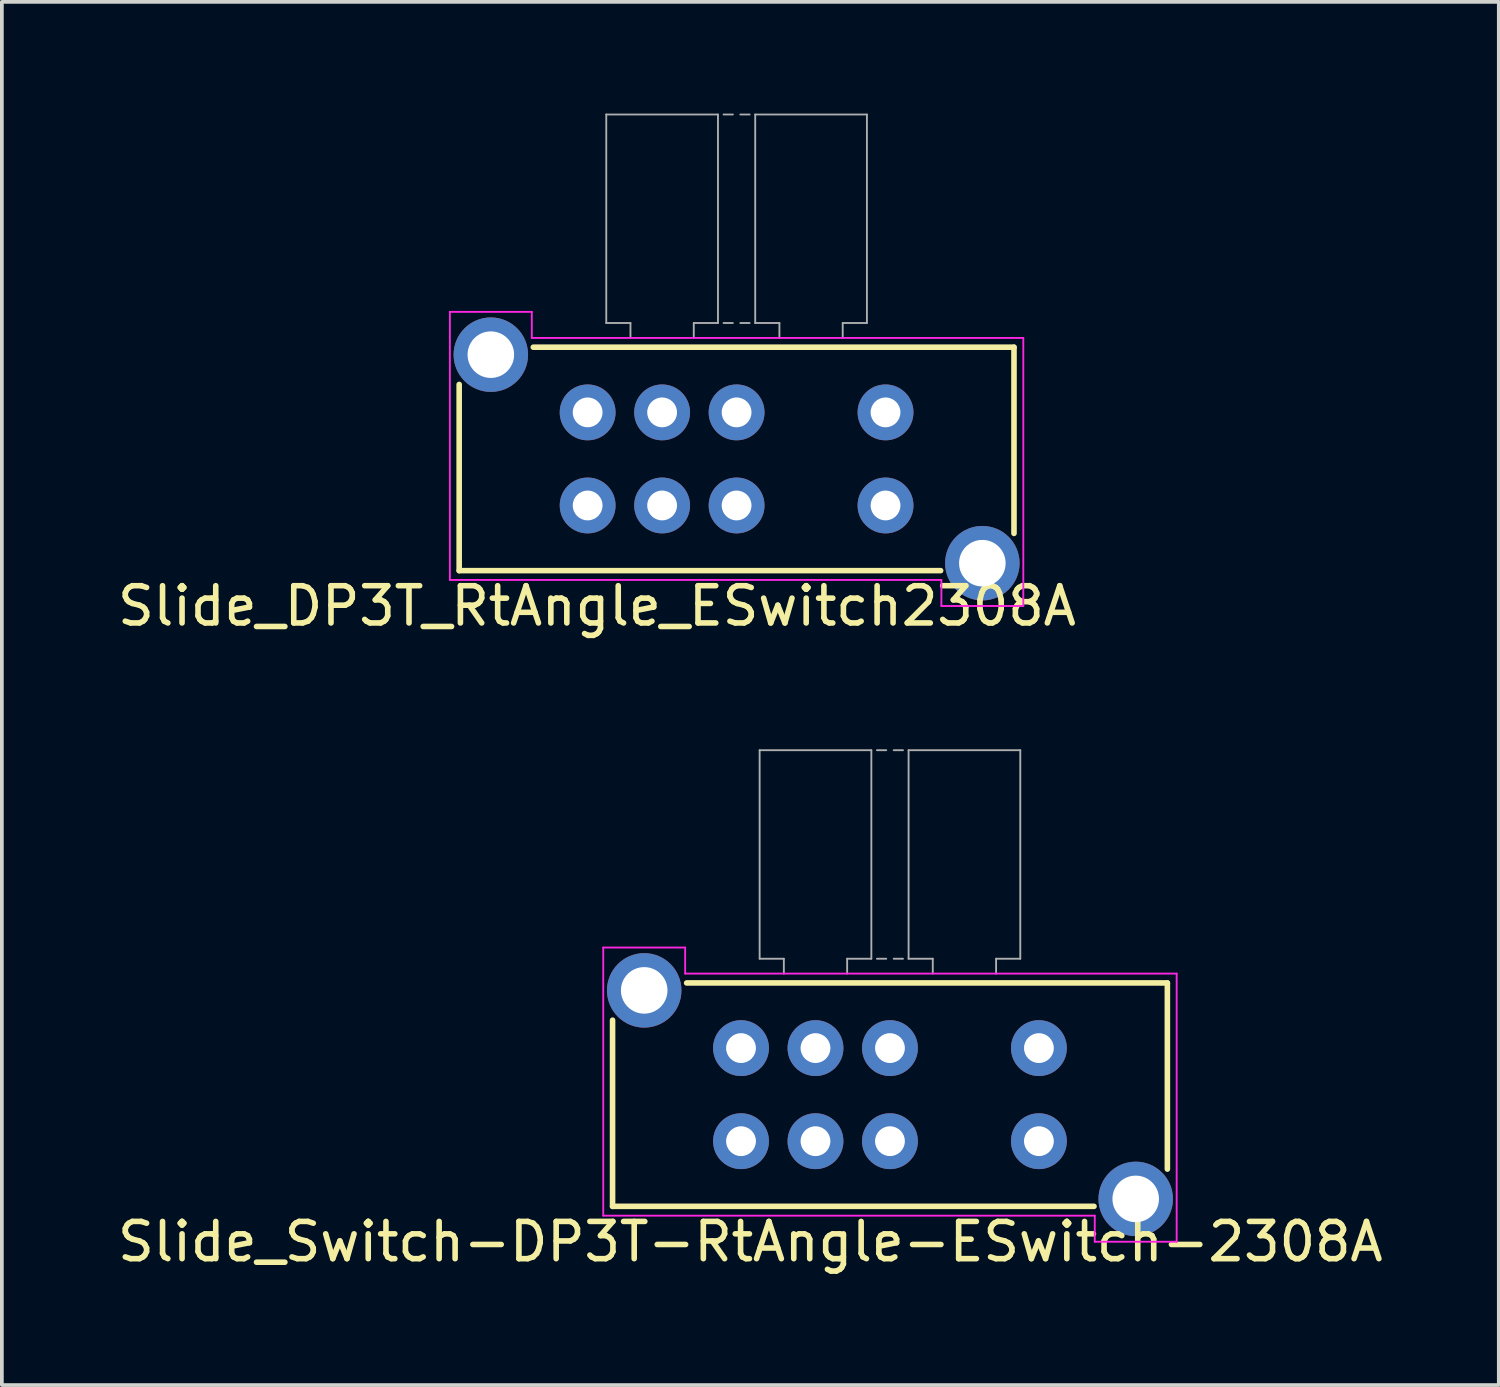
<source format=kicad_pcb>
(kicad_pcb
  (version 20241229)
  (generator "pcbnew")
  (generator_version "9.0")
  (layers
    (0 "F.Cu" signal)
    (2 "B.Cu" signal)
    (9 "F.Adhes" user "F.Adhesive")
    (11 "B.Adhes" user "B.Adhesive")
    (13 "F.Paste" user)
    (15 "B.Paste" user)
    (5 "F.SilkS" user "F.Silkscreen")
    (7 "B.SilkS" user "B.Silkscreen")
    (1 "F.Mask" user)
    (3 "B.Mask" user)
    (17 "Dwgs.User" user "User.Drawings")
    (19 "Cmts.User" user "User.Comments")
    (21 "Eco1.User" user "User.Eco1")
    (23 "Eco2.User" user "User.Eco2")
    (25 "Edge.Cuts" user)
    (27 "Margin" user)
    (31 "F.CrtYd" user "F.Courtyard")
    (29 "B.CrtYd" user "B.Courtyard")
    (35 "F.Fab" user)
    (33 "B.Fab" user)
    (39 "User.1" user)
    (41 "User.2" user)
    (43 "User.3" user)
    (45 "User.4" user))
  (footprint "Slide_Switch-DP3T-RtAngle-ESwitch-2308A"
    (layer "F.Cu")
    (at 20.851 26.348)
    (property "Reference" "Slide_Switch-DP3T-RtAngle-ESwitch-2308A" (at -3.75 3.95 180) (layer "F.SilkS") (effects (font (size 1 1) (thickness 0.15))))
    (attr through_hole)
    (fp_line (start -7.45 3) (end -7.45 -2) (stroke (width 0.15) (type solid)) (layer "F.SilkS"))
    (fp_line (start -7.45 3) (end 5.48 3) (stroke (width 0.15) (type solid)) (layer "F.SilkS"))
    (fp_line (start -5.46 -3) (end 7.45 -3) (stroke (width 0.15) (type solid)) (layer "F.SilkS"))
    (fp_line (start 7.45 2) (end 7.45 -3) (stroke (width 0.15) (type solid)) (layer "F.SilkS"))
    (fp_line (start -7.7 -3.95) (end -5.5 -3.95) (stroke (width 0.05) (type solid)) (layer "F.CrtYd"))
    (fp_line (start -7.7 3.25) (end -7.7 -3.95) (stroke (width 0.05) (type solid)) (layer "F.CrtYd"))
    (fp_line (start -7.7 3.25) (end 5.5 3.25) (stroke (width 0.05) (type solid)) (layer "F.CrtYd"))
    (fp_line (start -5.5 -3.95) (end -5.5 -3.25) (stroke (width 0.05) (type solid)) (layer "F.CrtYd"))
    (fp_line (start -5.5 -3.25) (end 7.7 -3.25) (stroke (width 0.05) (type solid)) (layer "F.CrtYd"))
    (fp_line (start 5.5 3.25) (end 5.5 3.95) (stroke (width 0.05) (type solid)) (layer "F.CrtYd"))
    (fp_line (start 5.5 3.95) (end 7.7 3.95) (stroke (width 0.05) (type solid)) (layer "F.CrtYd"))
    (fp_line (start 7.7 3.95) (end 7.7 -3.25) (stroke (width 0.05) (type solid)) (layer "F.CrtYd"))
    (fp_line (start -3.5 -9.25) (end -0.5 -9.25) (stroke (width 0.05) (type solid)) (layer "F.Fab"))
    (fp_line (start -3.5 -3.65) (end -3.5 -9.25) (stroke (width 0.05) (type solid)) (layer "F.Fab"))
    (fp_line (start -3.5 -3.65) (end -2.85 -3.65) (stroke (width 0.05) (type solid)) (layer "F.Fab"))
    (fp_line (start -2.85 -3.65) (end -2.85 -3.25) (stroke (width 0.05) (type solid)) (layer "F.Fab"))
    (fp_line (start -1.15 -3.65) (end -1.15 -3.25) (stroke (width 0.05) (type solid)) (layer "F.Fab"))
    (fp_line (start -1.15 -3.65) (end -0.5 -3.65) (stroke (width 0.05) (type solid)) (layer "F.Fab"))
    (fp_line (start -0.5 -9.25) (end -0.5 -3.65) (stroke (width 0.05) (type solid)) (layer "F.Fab"))
    (fp_line (start -0.35 -9.25) (end -0.1 -9.25) (stroke (width 0.05) (type solid)) (layer "F.Fab"))
    (fp_line (start -0.35 -3.65) (end -0.1 -3.65) (stroke (width 0.05) (type solid)) (layer "F.Fab"))
    (fp_line (start 0.1 -9.25) (end 0.35 -9.25) (stroke (width 0.05) (type solid)) (layer "F.Fab"))
    (fp_line (start 0.1 -3.65) (end 0.35 -3.65) (stroke (width 0.05) (type solid)) (layer "F.Fab"))
    (fp_line (start 0.5 -9.25) (end 3.5 -9.25) (stroke (width 0.05) (type solid)) (layer "F.Fab"))
    (fp_line (start 0.5 -3.65) (end 0.5 -9.25) (stroke (width 0.05) (type solid)) (layer "F.Fab"))
    (fp_line (start 0.5 -3.65) (end 1.15 -3.65) (stroke (width 0.05) (type solid)) (layer "F.Fab"))
    (fp_line (start 1.15 -3.65) (end 1.15 -3.25) (stroke (width 0.05) (type solid)) (layer "F.Fab"))
    (fp_line (start 2.85 -3.65) (end 2.85 -3.25) (stroke (width 0.05) (type solid)) (layer "F.Fab"))
    (fp_line (start 2.85 -3.65) (end 3.5 -3.65) (stroke (width 0.05) (type solid)) (layer "F.Fab"))
    (fp_line (start 3.5 -9.25) (end 3.5 -3.65) (stroke (width 0.05) (type solid)) (layer "F.Fab"))
    (pad "" thru_hole circle (at -6.6 -2.8) (size 2 2) (drill 1.25) (layers "*.Cu" "*.Mask"))
    (pad "" thru_hole circle (at 6.6 2.8) (size 2 2) (drill 1.25) (layers "*.Cu" "*.Mask"))
    (pad "1" thru_hole circle (at -4 -1.25) (size 1.5 1.5) (drill 0.8) (layers "*.Cu" "*.Mask"))
    (pad "2" thru_hole circle (at -2 -1.25) (size 1.5 1.5) (drill 0.8) (layers "*.Cu" "*.Mask"))
    (pad "3" thru_hole circle (at 0 -1.25) (size 1.5 1.5) (drill 0.8) (layers "*.Cu" "*.Mask"))
    (pad "4" thru_hole circle (at 4 -1.25) (size 1.5 1.5) (drill 0.8) (layers "*.Cu" "*.Mask"))
    (pad "5" thru_hole circle (at -4 1.25) (size 1.5 1.5) (drill 0.8) (layers "*.Cu" "*.Mask"))
    (pad "6" thru_hole circle (at -2 1.25) (size 1.5 1.5) (drill 0.8) (layers "*.Cu" "*.Mask"))
    (pad "7" thru_hole circle (at 0 1.25) (size 1.5 1.5) (drill 0.8) (layers "*.Cu" "*.Mask"))
    (pad "8" thru_hole circle (at 4 1.25) (size 1.5 1.5) (drill 0.8) (layers "*.Cu" "*.Mask")))
  (footprint "Slide_DP3T_RtAngle_ESwitch2308A"
    (layer "F.Cu")
    (at 16.732 9.275)
    (property "Reference" "Slide_DP3T_RtAngle_ESwitch2308A" (at -3.75 3.95 180) (layer "F.SilkS") (effects (font (size 1 1) (thickness 0.15))))
    (attr through_hole)
    (fp_line (start -7.45 3) (end -7.45 -2) (stroke (width 0.15) (type solid)) (layer "F.SilkS"))
    (fp_line (start -7.45 3) (end 5.48 3) (stroke (width 0.15) (type solid)) (layer "F.SilkS"))
    (fp_line (start -5.46 -3) (end 7.45 -3) (stroke (width 0.15) (type solid)) (layer "F.SilkS"))
    (fp_line (start 7.45 2) (end 7.45 -3) (stroke (width 0.15) (type solid)) (layer "F.SilkS"))
    (fp_line (start -7.7 -3.95) (end -5.5 -3.95) (stroke (width 0.05) (type solid)) (layer "F.CrtYd"))
    (fp_line (start -7.7 3.25) (end -7.7 -3.95) (stroke (width 0.05) (type solid)) (layer "F.CrtYd"))
    (fp_line (start -7.7 3.25) (end 5.5 3.25) (stroke (width 0.05) (type solid)) (layer "F.CrtYd"))
    (fp_line (start -5.5 -3.95) (end -5.5 -3.25) (stroke (width 0.05) (type solid)) (layer "F.CrtYd"))
    (fp_line (start -5.5 -3.25) (end 7.7 -3.25) (stroke (width 0.05) (type solid)) (layer "F.CrtYd"))
    (fp_line (start 5.5 3.25) (end 5.5 3.95) (stroke (width 0.05) (type solid)) (layer "F.CrtYd"))
    (fp_line (start 5.5 3.95) (end 7.7 3.95) (stroke (width 0.05) (type solid)) (layer "F.CrtYd"))
    (fp_line (start 7.7 3.95) (end 7.7 -3.25) (stroke (width 0.05) (type solid)) (layer "F.CrtYd"))
    (fp_line (start -3.5 -9.25) (end -0.5 -9.25) (stroke (width 0.05) (type solid)) (layer "F.Fab"))
    (fp_line (start -3.5 -3.65) (end -3.5 -9.25) (stroke (width 0.05) (type solid)) (layer "F.Fab"))
    (fp_line (start -3.5 -3.65) (end -2.85 -3.65) (stroke (width 0.05) (type solid)) (layer "F.Fab"))
    (fp_line (start -2.85 -3.65) (end -2.85 -3.25) (stroke (width 0.05) (type solid)) (layer "F.Fab"))
    (fp_line (start -1.15 -3.65) (end -1.15 -3.25) (stroke (width 0.05) (type solid)) (layer "F.Fab"))
    (fp_line (start -1.15 -3.65) (end -0.5 -3.65) (stroke (width 0.05) (type solid)) (layer "F.Fab"))
    (fp_line (start -0.5 -9.25) (end -0.5 -3.65) (stroke (width 0.05) (type solid)) (layer "F.Fab"))
    (fp_line (start -0.35 -9.25) (end -0.1 -9.25) (stroke (width 0.05) (type solid)) (layer "F.Fab"))
    (fp_line (start -0.35 -3.65) (end -0.1 -3.65) (stroke (width 0.05) (type solid)) (layer "F.Fab"))
    (fp_line (start 0.1 -9.25) (end 0.35 -9.25) (stroke (width 0.05) (type solid)) (layer "F.Fab"))
    (fp_line (start 0.1 -3.65) (end 0.35 -3.65) (stroke (width 0.05) (type solid)) (layer "F.Fab"))
    (fp_line (start 0.5 -9.25) (end 3.5 -9.25) (stroke (width 0.05) (type solid)) (layer "F.Fab"))
    (fp_line (start 0.5 -3.65) (end 0.5 -9.25) (stroke (width 0.05) (type solid)) (layer "F.Fab"))
    (fp_line (start 0.5 -3.65) (end 1.15 -3.65) (stroke (width 0.05) (type solid)) (layer "F.Fab"))
    (fp_line (start 1.15 -3.65) (end 1.15 -3.25) (stroke (width 0.05) (type solid)) (layer "F.Fab"))
    (fp_line (start 2.85 -3.65) (end 2.85 -3.25) (stroke (width 0.05) (type solid)) (layer "F.Fab"))
    (fp_line (start 2.85 -3.65) (end 3.5 -3.65) (stroke (width 0.05) (type solid)) (layer "F.Fab"))
    (fp_line (start 3.5 -9.25) (end 3.5 -3.65) (stroke (width 0.05) (type solid)) (layer "F.Fab"))
    (pad "" thru_hole circle (at -6.6 -2.8) (size 2 2) (drill 1.25) (layers "*.Cu" "*.Mask"))
    (pad "" thru_hole circle (at 6.6 2.8) (size 2 2) (drill 1.25) (layers "*.Cu" "*.Mask"))
    (pad "1" thru_hole circle (at -4 -1.25) (size 1.5 1.5) (drill 0.8) (layers "*.Cu" "*.Mask"))
    (pad "2" thru_hole circle (at -2 -1.25) (size 1.5 1.5) (drill 0.8) (layers "*.Cu" "*.Mask"))
    (pad "3" thru_hole circle (at 0 -1.25) (size 1.5 1.5) (drill 0.8) (layers "*.Cu" "*.Mask"))
    (pad "4" thru_hole circle (at 4 -1.25) (size 1.5 1.5) (drill 0.8) (layers "*.Cu" "*.Mask"))
    (pad "5" thru_hole circle (at -4 1.25) (size 1.5 1.5) (drill 0.8) (layers "*.Cu" "*.Mask"))
    (pad "6" thru_hole circle (at -2 1.25) (size 1.5 1.5) (drill 0.8) (layers "*.Cu" "*.Mask"))
    (pad "7" thru_hole circle (at 0 1.25) (size 1.5 1.5) (drill 0.8) (layers "*.Cu" "*.Mask"))
    (pad "8" thru_hole circle (at 4 1.25) (size 1.5 1.5) (drill 0.8) (layers "*.Cu" "*.Mask")))
  (gr_rect
    (start -3 -3)
    (end 37.202 34.147)
    (stroke (width 0.1) (type default))
    (fill no)
    (layer "Edge.Cuts")))
</source>
